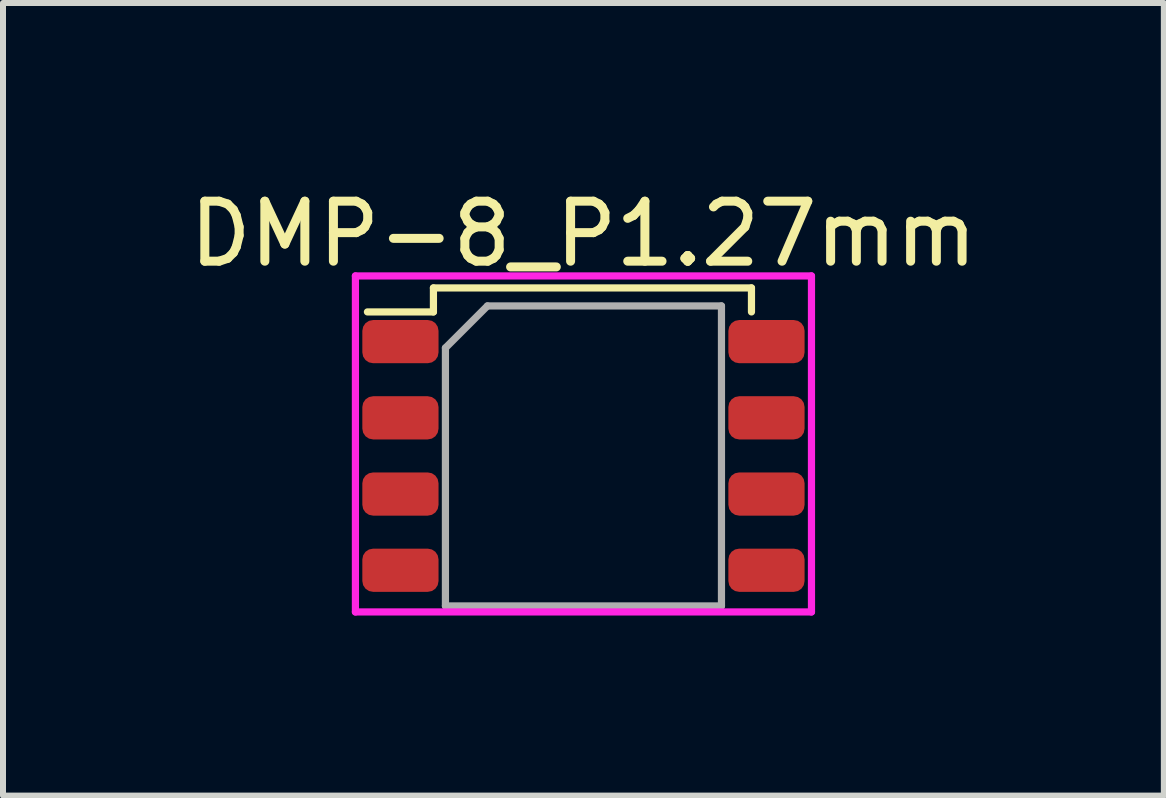
<source format=kicad_pcb>
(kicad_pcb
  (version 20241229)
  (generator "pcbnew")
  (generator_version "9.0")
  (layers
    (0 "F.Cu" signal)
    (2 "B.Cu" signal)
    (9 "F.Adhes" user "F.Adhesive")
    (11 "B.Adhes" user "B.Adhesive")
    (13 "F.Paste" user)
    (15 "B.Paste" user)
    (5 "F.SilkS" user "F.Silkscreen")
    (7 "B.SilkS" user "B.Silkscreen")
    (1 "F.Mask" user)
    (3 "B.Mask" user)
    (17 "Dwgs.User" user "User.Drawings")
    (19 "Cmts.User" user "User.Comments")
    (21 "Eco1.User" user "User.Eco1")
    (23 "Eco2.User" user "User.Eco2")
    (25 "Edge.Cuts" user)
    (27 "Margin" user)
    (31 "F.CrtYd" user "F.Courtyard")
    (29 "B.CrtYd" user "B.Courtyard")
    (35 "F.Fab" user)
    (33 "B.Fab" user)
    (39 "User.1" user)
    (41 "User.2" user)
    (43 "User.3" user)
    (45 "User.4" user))
  (footprint "DMP-8_P1.27mm"
    (layer "F.Cu")
    (at 6.673 4.548)
    (property "Reference" "DMP-8_P1.27mm" (at 0 -3.7 0) (layer "F.SilkS") (effects (font (size 1 1) (thickness 0.15))))
    (attr smd)
    (fp_line (start -3.6 -2.4) (end -2.5 -2.4) (stroke (width 0.12) (type solid)) (layer "F.SilkS"))
    (fp_line (start -2.5 -2.8) (end 2.8 -2.8) (stroke (width 0.12) (type solid)) (layer "F.SilkS"))
    (fp_line (start -2.5 -2.4) (end -2.5 -2.8) (stroke (width 0.12) (type solid)) (layer "F.SilkS"))
    (fp_line (start 2.8 -2.8) (end 2.8 -2.4) (stroke (width 0.12) (type solid)) (layer "F.SilkS"))
    (fp_line (start -3.8 -3) (end -3.8 2.6) (stroke (width 0.12) (type solid)) (layer "F.CrtYd"))
    (fp_line (start -3.8 2.6) (end 3.8 2.6) (stroke (width 0.12) (type solid)) (layer "F.CrtYd"))
    (fp_line (start 3.8 -3) (end -3.8 -3) (stroke (width 0.12) (type solid)) (layer "F.CrtYd"))
    (fp_line (start 3.8 2.6) (end 3.8 -3) (stroke (width 0.12) (type solid)) (layer "F.CrtYd"))
    (fp_line (start -2.3 -1.8) (end -2.3 2.5) (stroke (width 0.12) (type solid)) (layer "F.Fab"))
    (fp_line (start -2.3 -1.8) (end -1.6 -2.5) (stroke (width 0.12) (type solid)) (layer "F.Fab"))
    (fp_line (start -2.3 2.5) (end 2.3 2.5) (stroke (width 0.12) (type solid)) (layer "F.Fab"))
    (fp_line (start -1.6 -2.5) (end 2.3 -2.5) (stroke (width 0.12) (type solid)) (layer "F.Fab"))
    (fp_line (start 2.3 2.5) (end 2.3 -2.5) (stroke (width 0.12) (type solid)) (layer "F.Fab"))
    (pad "1" smd roundrect (at -3.05 -1.905) (size 1.27 0.72) (layers "F.Cu" "F.Mask" "F.Paste") (roundrect_rratio 0.25))
    (pad "2" smd roundrect (at -3.05 -0.635) (size 1.27 0.72) (layers "F.Cu" "F.Mask" "F.Paste") (roundrect_rratio 0.25))
    (pad "3" smd roundrect (at -3.05 0.635) (size 1.27 0.72) (layers "F.Cu" "F.Mask" "F.Paste") (roundrect_rratio 0.25))
    (pad "4" smd roundrect (at -3.05 1.905) (size 1.27 0.72) (layers "F.Cu" "F.Mask" "F.Paste") (roundrect_rratio 0.25))
    (pad "5" smd roundrect (at 3.05 1.905) (size 1.27 0.72) (layers "F.Cu" "F.Mask" "F.Paste") (roundrect_rratio 0.25))
    (pad "6" smd roundrect (at 3.05 0.635) (size 1.27 0.72) (layers "F.Cu" "F.Mask" "F.Paste") (roundrect_rratio 0.25))
    (pad "7" smd roundrect (at 3.05 -0.635) (size 1.27 0.72) (layers "F.Cu" "F.Mask" "F.Paste") (roundrect_rratio 0.25))
    (pad "8" smd roundrect (at 3.05 -1.905) (size 1.27 0.72) (layers "F.Cu" "F.Mask" "F.Paste") (roundrect_rratio 0.25)))
  (gr_rect
    (start -3 -3)
    (end 16.345 10.208)
    (stroke (width 0.1) (type default))
    (fill no)
    (layer "Edge.Cuts")))
</source>
